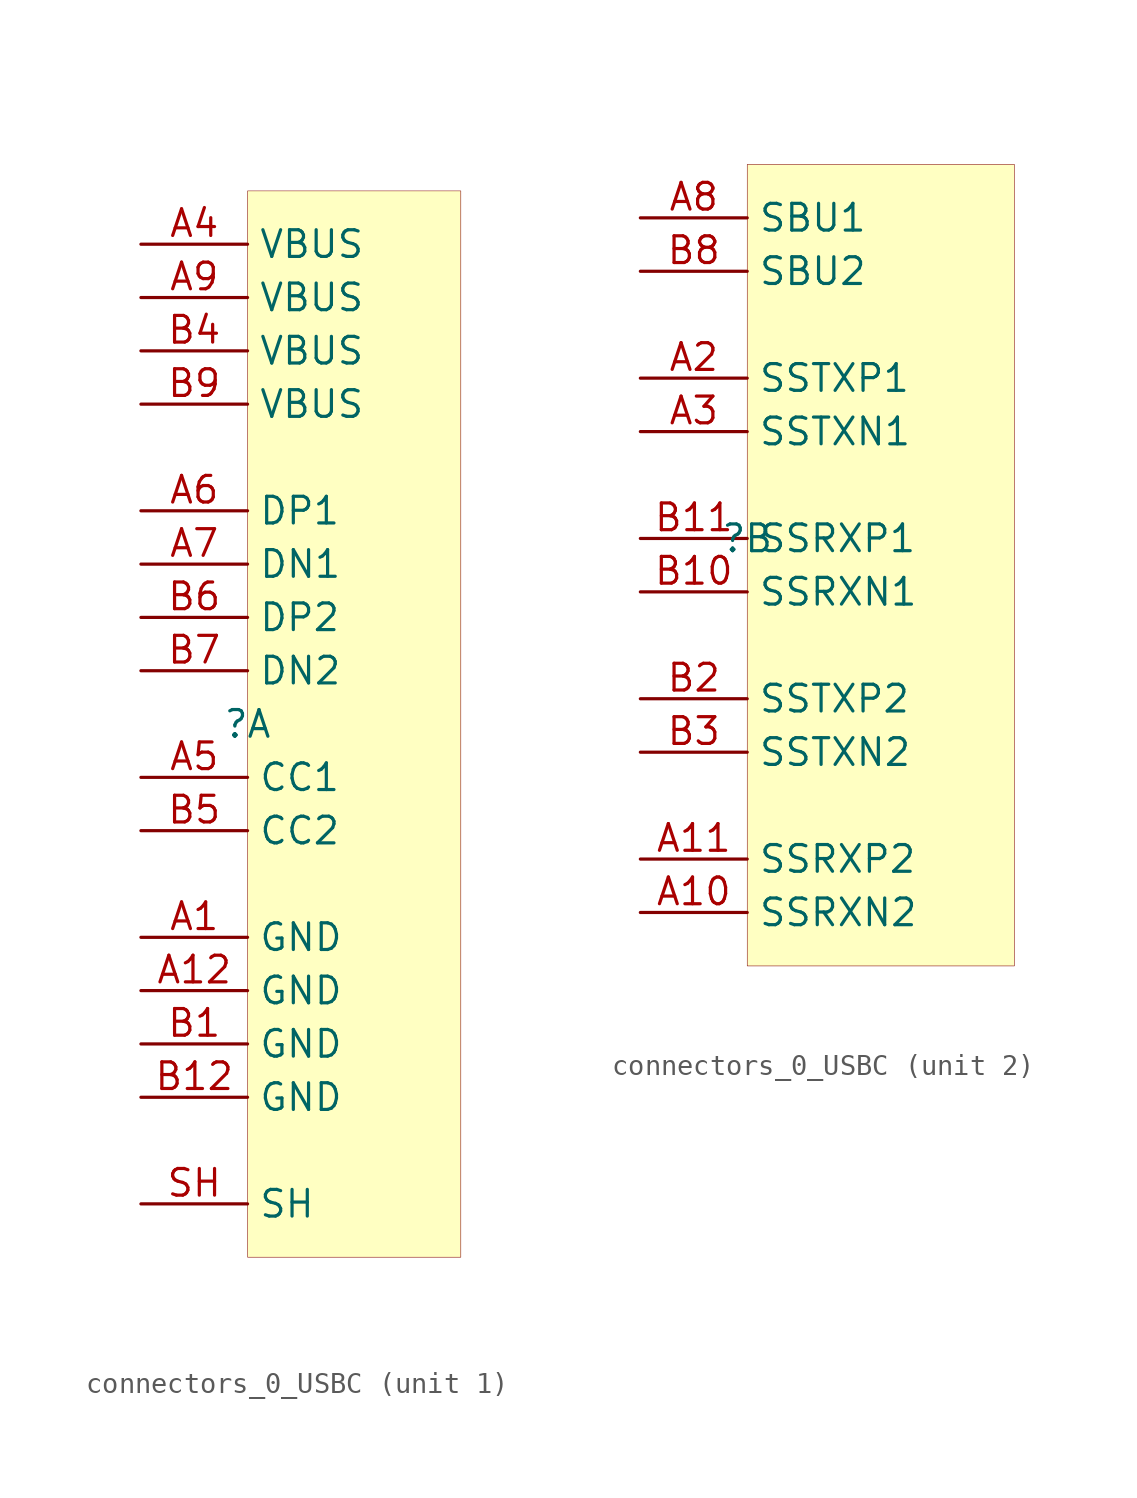
<source format=kicad_sym>
(kicad_symbol_lib
  (version 20231120)
  (generator "kicad_symbol_editor")
  (generator_version "7.99")
  (symbol "connectors_0_USBC"
    (property "Reference" ""
      (at 0 0 0)
      (effects (font (size 1.27 1.27))))
    (property "Value" ""
      (at 0 0 0)
      (effects (font (size 1.27 1.27))))
    (symbol "connectors_0_USBC_1_0"
      (rectangle (start 10.16 25.4) (end 0 -25.4) (stroke (width 0.025) (type solid) (color 128 0 0 1)) (fill (type background)))
      (pin passive line (at -5.08 -10.16 0) (length 5.08) (name "GND" (effects (font (size 1.27 1.27)))) (number "A1" (effects (font (size 1.27 1.27)))))
      (pin passive line (at -5.08 -12.7 0) (length 5.08) (name "GND" (effects (font (size 1.27 1.27)))) (number "A12" (effects (font (size 1.27 1.27)))))
      (pin passive line (at -5.08 22.86 0) (length 5.08) (name "VBUS" (effects (font (size 1.27 1.27)))) (number "A4" (effects (font (size 1.27 1.27)))))
      (pin passive line (at -5.08 -2.54 0) (length 5.08) (name "CC1" (effects (font (size 1.27 1.27)))) (number "A5" (effects (font (size 1.27 1.27)))))
      (pin passive line (at -5.08 10.16 0) (length 5.08) (name "DP1" (effects (font (size 1.27 1.27)))) (number "A6" (effects (font (size 1.27 1.27)))))
      (pin passive line (at -5.08 7.62 0) (length 5.08) (name "DN1" (effects (font (size 1.27 1.27)))) (number "A7" (effects (font (size 1.27 1.27)))))
      (pin passive line (at -5.08 20.32 0) (length 5.08) (name "VBUS" (effects (font (size 1.27 1.27)))) (number "A9" (effects (font (size 1.27 1.27)))))
      (pin passive line (at -5.08 -15.24 0) (length 5.08) (name "GND" (effects (font (size 1.27 1.27)))) (number "B1" (effects (font (size 1.27 1.27)))))
      (pin passive line (at -5.08 -17.78 0) (length 5.08) (name "GND" (effects (font (size 1.27 1.27)))) (number "B12" (effects (font (size 1.27 1.27)))))
      (pin passive line (at -5.08 17.78 0) (length 5.08) (name "VBUS" (effects (font (size 1.27 1.27)))) (number "B4" (effects (font (size 1.27 1.27)))))
      (pin passive line (at -5.08 -5.08 0) (length 5.08) (name "CC2" (effects (font (size 1.27 1.27)))) (number "B5" (effects (font (size 1.27 1.27)))))
      (pin passive line (at -5.08 5.08 0) (length 5.08) (name "DP2" (effects (font (size 1.27 1.27)))) (number "B6" (effects (font (size 1.27 1.27)))))
      (pin passive line (at -5.08 2.54 0) (length 5.08) (name "DN2" (effects (font (size 1.27 1.27)))) (number "B7" (effects (font (size 1.27 1.27)))))
      (pin passive line (at -5.08 15.24 0) (length 5.08) (name "VBUS" (effects (font (size 1.27 1.27)))) (number "B9" (effects (font (size 1.27 1.27)))))
      (pin passive line (at -5.08 -22.86 0) (length 5.08) (name "SH" (effects (font (size 1.27 1.27)))) (number "SH" (effects (font (size 1.27 1.27))))))
    (symbol "connectors_0_USBC_2_0"
      (rectangle (start 12.7 17.78) (end 0 -20.32) (stroke (width 0.025) (type solid) (color 128 0 0 1)) (fill (type background)))
      (pin passive line (at -5.08 -17.78 0) (length 5.08) (name "SSRXN2" (effects (font (size 1.27 1.27)))) (number "A10" (effects (font (size 1.27 1.27)))))
      (pin passive line (at -5.08 -15.24 0) (length 5.08) (name "SSRXP2" (effects (font (size 1.27 1.27)))) (number "A11" (effects (font (size 1.27 1.27)))))
      (pin passive line (at -5.08 7.62 0) (length 5.08) (name "SSTXP1" (effects (font (size 1.27 1.27)))) (number "A2" (effects (font (size 1.27 1.27)))))
      (pin passive line (at -5.08 5.08 0) (length 5.08) (name "SSTXN1" (effects (font (size 1.27 1.27)))) (number "A3" (effects (font (size 1.27 1.27)))))
      (pin passive line (at -5.08 15.24 0) (length 5.08) (name "SBU1" (effects (font (size 1.27 1.27)))) (number "A8" (effects (font (size 1.27 1.27)))))
      (pin passive line (at -5.08 -2.54 0) (length 5.08) (name "SSRXN1" (effects (font (size 1.27 1.27)))) (number "B10" (effects (font (size 1.27 1.27)))))
      (pin passive line (at -5.08 0 0) (length 5.08) (name "SSRXP1" (effects (font (size 1.27 1.27)))) (number "B11" (effects (font (size 1.27 1.27)))))
      (pin passive line (at -5.08 -7.62 0) (length 5.08) (name "SSTXP2" (effects (font (size 1.27 1.27)))) (number "B2" (effects (font (size 1.27 1.27)))))
      (pin passive line (at -5.08 -10.16 0) (length 5.08) (name "SSTXN2" (effects (font (size 1.27 1.27)))) (number "B3" (effects (font (size 1.27 1.27)))))
      (pin passive line (at -5.08 12.7 0) (length 5.08) (name "SBU2" (effects (font (size 1.27 1.27)))) (number "B8" (effects (font (size 1.27 1.27))))))))
</source>
